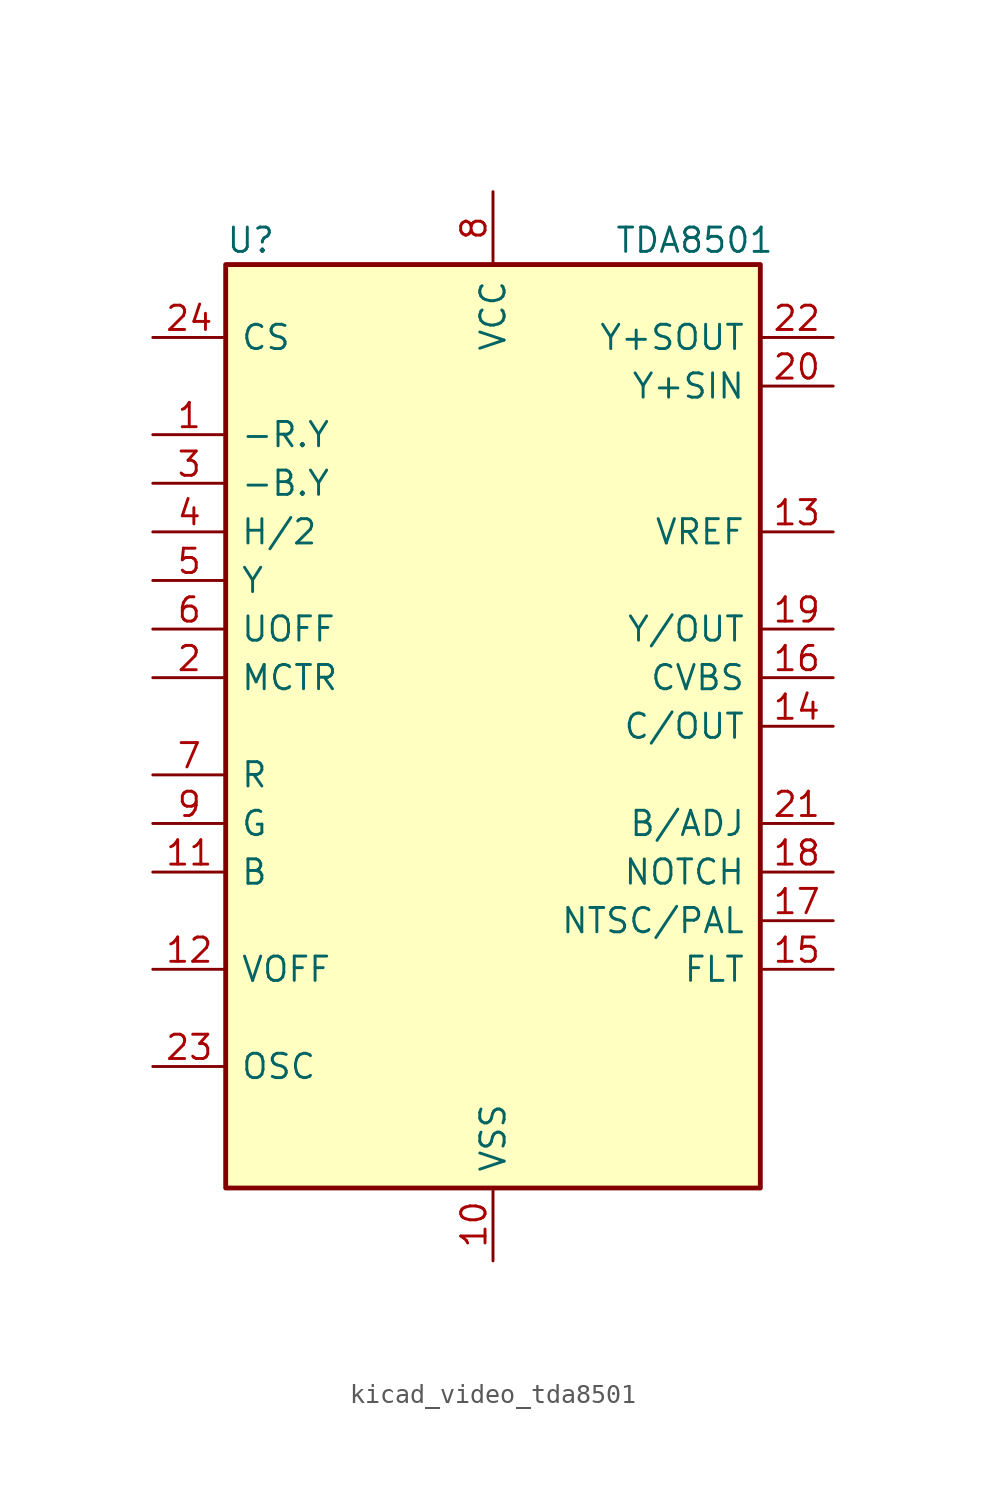
<source format=kicad_sym>
(kicad_symbol_lib
  (version 20220914)
  (generator kicad_symbol_editor)
  (symbol "kicad_video_tda8501"
    (pin_names
      (offset 0.762))
    (property "Reference" "U"
      (at -13.97 25.4 0)
      (effects (font (size 1.27 1.27)) (justify left)))
    (property "Value" "TDA8501"
      (at 6.35 25.4 0)
      (effects (font (size 1.27 1.27)) (justify left)))
    (symbol "kicad_video_tda8501_0_1"
      (rectangle (start -13.97 24.13) (end 13.97 -24.13) (stroke (width 0.254) (type default)) (fill (type background))))
    (symbol "kicad_video_tda8501_1_1"
      (pin input line (at -17.78 15.24 0) (length 3.81) (name "-R.Y" (effects (font (size 1.27 1.27)))) (number "1" (effects (font (size 1.27 1.27)))))
      (pin power_in line (at 0 -27.94 90) (length 3.81) (name "VSS" (effects (font (size 1.27 1.27)))) (number "10" (effects (font (size 1.27 1.27)))))
      (pin input line (at -17.78 -7.62 0) (length 3.81) (name "B" (effects (font (size 1.27 1.27)))) (number "11" (effects (font (size 1.27 1.27)))))
      (pin output line (at -17.78 -12.7 0) (length 3.81) (name "VOFF" (effects (font (size 1.27 1.27)))) (number "12" (effects (font (size 1.27 1.27)))))
      (pin passive line (at 17.78 10.16 180) (length 3.81) (name "VREF" (effects (font (size 1.27 1.27)))) (number "13" (effects (font (size 1.27 1.27)))))
      (pin output line (at 17.78 0 180) (length 3.81) (name "C/OUT" (effects (font (size 1.27 1.27)))) (number "14" (effects (font (size 1.27 1.27)))))
      (pin passive line (at 17.78 -12.7 180) (length 3.81) (name "FLT" (effects (font (size 1.27 1.27)))) (number "15" (effects (font (size 1.27 1.27)))))
      (pin output line (at 17.78 2.54 180) (length 3.81) (name "CVBS" (effects (font (size 1.27 1.27)))) (number "16" (effects (font (size 1.27 1.27)))))
      (pin input line (at 17.78 -10.16 180) (length 3.81) (name "NTSC/PAL" (effects (font (size 1.27 1.27)))) (number "17" (effects (font (size 1.27 1.27)))))
      (pin input line (at 17.78 -7.62 180) (length 3.81) (name "NOTCH" (effects (font (size 1.27 1.27)))) (number "18" (effects (font (size 1.27 1.27)))))
      (pin output line (at 17.78 5.08 180) (length 3.81) (name "Y/OUT" (effects (font (size 1.27 1.27)))) (number "19" (effects (font (size 1.27 1.27)))))
      (pin input line (at -17.78 2.54 0) (length 3.81) (name "MCTR" (effects (font (size 1.27 1.27)))) (number "2" (effects (font (size 1.27 1.27)))))
      (pin input line (at 17.78 17.78 180) (length 3.81) (name "Y+SIN" (effects (font (size 1.27 1.27)))) (number "20" (effects (font (size 1.27 1.27)))))
      (pin passive line (at 17.78 -5.08 180) (length 3.81) (name "B/ADJ" (effects (font (size 1.27 1.27)))) (number "21" (effects (font (size 1.27 1.27)))))
      (pin output line (at 17.78 20.32 180) (length 3.81) (name "Y+SOUT" (effects (font (size 1.27 1.27)))) (number "22" (effects (font (size 1.27 1.27)))))
      (pin output line (at -17.78 -17.78 0) (length 3.81) (name "OSC" (effects (font (size 1.27 1.27)))) (number "23" (effects (font (size 1.27 1.27)))))
      (pin input line (at -17.78 20.32 0) (length 3.81) (name "CS" (effects (font (size 1.27 1.27)))) (number "24" (effects (font (size 1.27 1.27)))))
      (pin input line (at -17.78 12.7 0) (length 3.81) (name "-B.Y" (effects (font (size 1.27 1.27)))) (number "3" (effects (font (size 1.27 1.27)))))
      (pin bidirectional line (at -17.78 10.16 0) (length 3.81) (name "H/2" (effects (font (size 1.27 1.27)))) (number "4" (effects (font (size 1.27 1.27)))))
      (pin input line (at -17.78 7.62 0) (length 3.81) (name "Y" (effects (font (size 1.27 1.27)))) (number "5" (effects (font (size 1.27 1.27)))))
      (pin output line (at -17.78 5.08 0) (length 3.81) (name "UOFF" (effects (font (size 1.27 1.27)))) (number "6" (effects (font (size 1.27 1.27)))))
      (pin input line (at -17.78 -2.54 0) (length 3.81) (name "R" (effects (font (size 1.27 1.27)))) (number "7" (effects (font (size 1.27 1.27)))))
      (pin power_in line (at 0 27.94 270) (length 3.81) (name "VCC" (effects (font (size 1.27 1.27)))) (number "8" (effects (font (size 1.27 1.27)))))
      (pin input line (at -17.78 -5.08 0) (length 3.81) (name "G" (effects (font (size 1.27 1.27)))) (number "9" (effects (font (size 1.27 1.27))))))))
</source>
